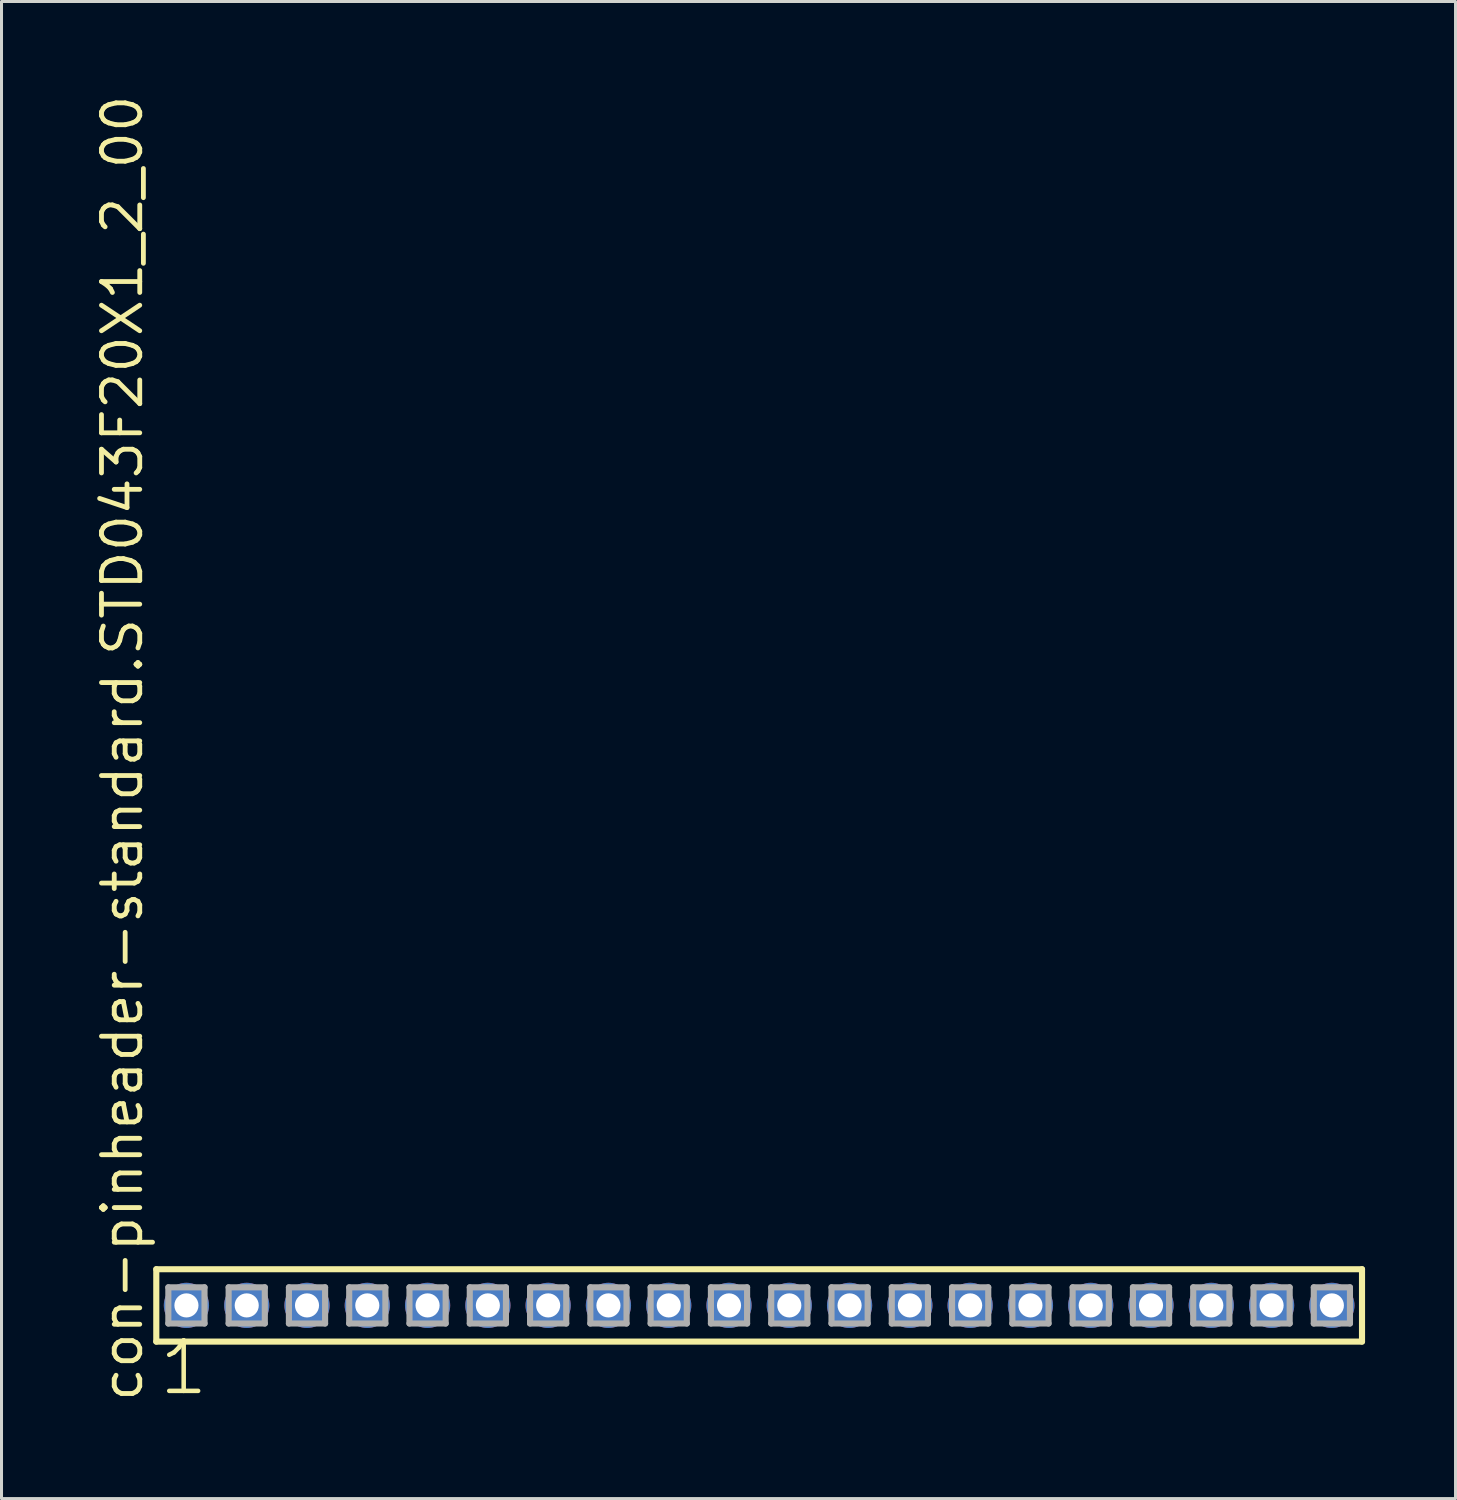
<source format=kicad_pcb>
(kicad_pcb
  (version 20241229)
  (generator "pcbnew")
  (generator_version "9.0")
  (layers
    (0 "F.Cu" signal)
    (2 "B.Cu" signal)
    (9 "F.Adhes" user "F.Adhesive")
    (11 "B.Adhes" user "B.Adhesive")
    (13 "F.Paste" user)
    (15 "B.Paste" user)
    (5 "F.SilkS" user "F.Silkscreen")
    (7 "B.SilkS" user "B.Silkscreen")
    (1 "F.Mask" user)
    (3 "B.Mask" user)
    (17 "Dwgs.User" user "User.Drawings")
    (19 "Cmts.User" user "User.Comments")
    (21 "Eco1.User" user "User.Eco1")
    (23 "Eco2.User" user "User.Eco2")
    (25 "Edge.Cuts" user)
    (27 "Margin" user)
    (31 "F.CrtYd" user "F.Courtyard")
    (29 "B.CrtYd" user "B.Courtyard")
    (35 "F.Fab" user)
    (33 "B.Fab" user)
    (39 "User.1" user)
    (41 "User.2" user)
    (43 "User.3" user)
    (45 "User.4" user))
  (footprint "con-pinheader-standard.STD043F20X1_2_00"
    (layer "F.Cu")
    (at 22.135 40.257)
    (property "Reference" "con-pinheader-standard.STD043F20X1_2_00" (at -20.385 3.27 90) (layer "F.SilkS") (effects (font (size 1.27 1.27) (thickness 0.16)) (justify left bottom)))
    (attr through_hole)
    (fp_line (start -20 -1.2) (end 20 -1.2) (stroke (width 0.203) (type default)) (layer "F.SilkS"))
    (fp_line (start -20 1.2) (end -20 -1.2) (stroke (width 0.203) (type default)) (layer "F.SilkS"))
    (fp_line (start 20 -1.2) (end 20 1.2) (stroke (width 0.203) (type default)) (layer "F.SilkS"))
    (fp_line (start 20 1.2) (end -20 1.2) (stroke (width 0.203) (type default)) (layer "F.SilkS"))
    (fp_line (start -19.6 -0.6) (end -18.4 -0.6) (stroke (width 0.203) (type default)) (layer "F.Fab"))
    (fp_line (start -19.6 0.6) (end -19.6 -0.6) (stroke (width 0.203) (type default)) (layer "F.Fab"))
    (fp_line (start -18.4 -0.6) (end -18.4 0.6) (stroke (width 0.203) (type default)) (layer "F.Fab"))
    (fp_line (start -18.4 0.6) (end -19.6 0.6) (stroke (width 0.203) (type default)) (layer "F.Fab"))
    (fp_line (start -17.6 -0.6) (end -16.4 -0.6) (stroke (width 0.203) (type default)) (layer "F.Fab"))
    (fp_line (start -17.6 0.6) (end -17.6 -0.6) (stroke (width 0.203) (type default)) (layer "F.Fab"))
    (fp_line (start -16.4 -0.6) (end -16.4 0.6) (stroke (width 0.203) (type default)) (layer "F.Fab"))
    (fp_line (start -16.4 0.6) (end -17.6 0.6) (stroke (width 0.203) (type default)) (layer "F.Fab"))
    (fp_line (start -15.6 -0.6) (end -14.4 -0.6) (stroke (width 0.203) (type default)) (layer "F.Fab"))
    (fp_line (start -15.6 0.6) (end -15.6 -0.6) (stroke (width 0.203) (type default)) (layer "F.Fab"))
    (fp_line (start -14.4 -0.6) (end -14.4 0.6) (stroke (width 0.203) (type default)) (layer "F.Fab"))
    (fp_line (start -14.4 0.6) (end -15.6 0.6) (stroke (width 0.203) (type default)) (layer "F.Fab"))
    (fp_line (start -13.6 -0.6) (end -12.4 -0.6) (stroke (width 0.203) (type default)) (layer "F.Fab"))
    (fp_line (start -13.6 0.6) (end -13.6 -0.6) (stroke (width 0.203) (type default)) (layer "F.Fab"))
    (fp_line (start -12.4 -0.6) (end -12.4 0.6) (stroke (width 0.203) (type default)) (layer "F.Fab"))
    (fp_line (start -12.4 0.6) (end -13.6 0.6) (stroke (width 0.203) (type default)) (layer "F.Fab"))
    (fp_line (start -11.6 -0.6) (end -10.4 -0.6) (stroke (width 0.203) (type default)) (layer "F.Fab"))
    (fp_line (start -11.6 0.6) (end -11.6 -0.6) (stroke (width 0.203) (type default)) (layer "F.Fab"))
    (fp_line (start -10.4 -0.6) (end -10.4 0.6) (stroke (width 0.203) (type default)) (layer "F.Fab"))
    (fp_line (start -10.4 0.6) (end -11.6 0.6) (stroke (width 0.203) (type default)) (layer "F.Fab"))
    (fp_line (start -9.6 -0.6) (end -8.4 -0.6) (stroke (width 0.203) (type default)) (layer "F.Fab"))
    (fp_line (start -9.6 0.6) (end -9.6 -0.6) (stroke (width 0.203) (type default)) (layer "F.Fab"))
    (fp_line (start -8.4 -0.6) (end -8.4 0.6) (stroke (width 0.203) (type default)) (layer "F.Fab"))
    (fp_line (start -8.4 0.6) (end -9.6 0.6) (stroke (width 0.203) (type default)) (layer "F.Fab"))
    (fp_line (start -7.6 -0.6) (end -6.4 -0.6) (stroke (width 0.203) (type default)) (layer "F.Fab"))
    (fp_line (start -7.6 0.6) (end -7.6 -0.6) (stroke (width 0.203) (type default)) (layer "F.Fab"))
    (fp_line (start -6.4 -0.6) (end -6.4 0.6) (stroke (width 0.203) (type default)) (layer "F.Fab"))
    (fp_line (start -6.4 0.6) (end -7.6 0.6) (stroke (width 0.203) (type default)) (layer "F.Fab"))
    (fp_line (start -5.6 -0.6) (end -4.4 -0.6) (stroke (width 0.203) (type default)) (layer "F.Fab"))
    (fp_line (start -5.6 0.6) (end -5.6 -0.6) (stroke (width 0.203) (type default)) (layer "F.Fab"))
    (fp_line (start -4.4 -0.6) (end -4.4 0.6) (stroke (width 0.203) (type default)) (layer "F.Fab"))
    (fp_line (start -4.4 0.6) (end -5.6 0.6) (stroke (width 0.203) (type default)) (layer "F.Fab"))
    (fp_line (start -3.6 -0.6) (end -2.4 -0.6) (stroke (width 0.203) (type default)) (layer "F.Fab"))
    (fp_line (start -3.6 0.6) (end -3.6 -0.6) (stroke (width 0.203) (type default)) (layer "F.Fab"))
    (fp_line (start -2.4 -0.6) (end -2.4 0.6) (stroke (width 0.203) (type default)) (layer "F.Fab"))
    (fp_line (start -2.4 0.6) (end -3.6 0.6) (stroke (width 0.203) (type default)) (layer "F.Fab"))
    (fp_line (start -1.6 -0.6) (end -0.4 -0.6) (stroke (width 0.203) (type default)) (layer "F.Fab"))
    (fp_line (start -1.6 0.6) (end -1.6 -0.6) (stroke (width 0.203) (type default)) (layer "F.Fab"))
    (fp_line (start -0.4 -0.6) (end -0.4 0.6) (stroke (width 0.203) (type default)) (layer "F.Fab"))
    (fp_line (start -0.4 0.6) (end -1.6 0.6) (stroke (width 0.203) (type default)) (layer "F.Fab"))
    (fp_line (start 0.4 -0.6) (end 1.6 -0.6) (stroke (width 0.203) (type default)) (layer "F.Fab"))
    (fp_line (start 0.4 0.6) (end 0.4 -0.6) (stroke (width 0.203) (type default)) (layer "F.Fab"))
    (fp_line (start 1.6 -0.6) (end 1.6 0.6) (stroke (width 0.203) (type default)) (layer "F.Fab"))
    (fp_line (start 1.6 0.6) (end 0.4 0.6) (stroke (width 0.203) (type default)) (layer "F.Fab"))
    (fp_line (start 2.4 -0.6) (end 3.6 -0.6) (stroke (width 0.203) (type default)) (layer "F.Fab"))
    (fp_line (start 2.4 0.6) (end 2.4 -0.6) (stroke (width 0.203) (type default)) (layer "F.Fab"))
    (fp_line (start 3.6 -0.6) (end 3.6 0.6) (stroke (width 0.203) (type default)) (layer "F.Fab"))
    (fp_line (start 3.6 0.6) (end 2.4 0.6) (stroke (width 0.203) (type default)) (layer "F.Fab"))
    (fp_line (start 4.4 -0.6) (end 5.6 -0.6) (stroke (width 0.203) (type default)) (layer "F.Fab"))
    (fp_line (start 4.4 0.6) (end 4.4 -0.6) (stroke (width 0.203) (type default)) (layer "F.Fab"))
    (fp_line (start 5.6 -0.6) (end 5.6 0.6) (stroke (width 0.203) (type default)) (layer "F.Fab"))
    (fp_line (start 5.6 0.6) (end 4.4 0.6) (stroke (width 0.203) (type default)) (layer "F.Fab"))
    (fp_line (start 6.4 -0.6) (end 7.6 -0.6) (stroke (width 0.203) (type default)) (layer "F.Fab"))
    (fp_line (start 6.4 0.6) (end 6.4 -0.6) (stroke (width 0.203) (type default)) (layer "F.Fab"))
    (fp_line (start 7.6 -0.6) (end 7.6 0.6) (stroke (width 0.203) (type default)) (layer "F.Fab"))
    (fp_line (start 7.6 0.6) (end 6.4 0.6) (stroke (width 0.203) (type default)) (layer "F.Fab"))
    (fp_line (start 8.4 -0.6) (end 9.6 -0.6) (stroke (width 0.203) (type default)) (layer "F.Fab"))
    (fp_line (start 8.4 0.6) (end 8.4 -0.6) (stroke (width 0.203) (type default)) (layer "F.Fab"))
    (fp_line (start 9.6 -0.6) (end 9.6 0.6) (stroke (width 0.203) (type default)) (layer "F.Fab"))
    (fp_line (start 9.6 0.6) (end 8.4 0.6) (stroke (width 0.203) (type default)) (layer "F.Fab"))
    (fp_line (start 10.4 -0.6) (end 11.6 -0.6) (stroke (width 0.203) (type default)) (layer "F.Fab"))
    (fp_line (start 10.4 0.6) (end 10.4 -0.6) (stroke (width 0.203) (type default)) (layer "F.Fab"))
    (fp_line (start 11.6 -0.6) (end 11.6 0.6) (stroke (width 0.203) (type default)) (layer "F.Fab"))
    (fp_line (start 11.6 0.6) (end 10.4 0.6) (stroke (width 0.203) (type default)) (layer "F.Fab"))
    (fp_line (start 12.4 -0.6) (end 13.6 -0.6) (stroke (width 0.203) (type default)) (layer "F.Fab"))
    (fp_line (start 12.4 0.6) (end 12.4 -0.6) (stroke (width 0.203) (type default)) (layer "F.Fab"))
    (fp_line (start 13.6 -0.6) (end 13.6 0.6) (stroke (width 0.203) (type default)) (layer "F.Fab"))
    (fp_line (start 13.6 0.6) (end 12.4 0.6) (stroke (width 0.203) (type default)) (layer "F.Fab"))
    (fp_line (start 14.4 -0.6) (end 15.6 -0.6) (stroke (width 0.203) (type default)) (layer "F.Fab"))
    (fp_line (start 14.4 0.6) (end 14.4 -0.6) (stroke (width 0.203) (type default)) (layer "F.Fab"))
    (fp_line (start 15.6 -0.6) (end 15.6 0.6) (stroke (width 0.203) (type default)) (layer "F.Fab"))
    (fp_line (start 15.6 0.6) (end 14.4 0.6) (stroke (width 0.203) (type default)) (layer "F.Fab"))
    (fp_line (start 16.4 -0.6) (end 17.6 -0.6) (stroke (width 0.203) (type default)) (layer "F.Fab"))
    (fp_line (start 16.4 0.6) (end 16.4 -0.6) (stroke (width 0.203) (type default)) (layer "F.Fab"))
    (fp_line (start 17.6 -0.6) (end 17.6 0.6) (stroke (width 0.203) (type default)) (layer "F.Fab"))
    (fp_line (start 17.6 0.6) (end 16.4 0.6) (stroke (width 0.203) (type default)) (layer "F.Fab"))
    (fp_line (start 18.4 -0.6) (end 19.6 -0.6) (stroke (width 0.203) (type default)) (layer "F.Fab"))
    (fp_line (start 18.4 0.6) (end 18.4 -0.6) (stroke (width 0.203) (type default)) (layer "F.Fab"))
    (fp_line (start 19.6 -0.6) (end 19.6 0.6) (stroke (width 0.203) (type default)) (layer "F.Fab"))
    (fp_line (start 19.6 0.6) (end 18.4 0.6) (stroke (width 0.203) (type default)) (layer "F.Fab"))
    (fp_text user "1" (at -19.988 3.048 0) (layer "F.SilkS") (effects (font (size 1.676 1.676) (thickness 0.15)) (justify left bottom)))
    (pad "1" thru_hole circle (at -19 0) (size 1.5 1.5) (drill 0.8) (layers "*.Cu" "*.Mask"))
    (pad "2" thru_hole circle (at -17 0) (size 1.5 1.5) (drill 0.8) (layers "*.Cu" "*.Mask"))
    (pad "3" thru_hole circle (at -15 0) (size 1.5 1.5) (drill 0.8) (layers "*.Cu" "*.Mask"))
    (pad "4" thru_hole circle (at -13 0) (size 1.5 1.5) (drill 0.8) (layers "*.Cu" "*.Mask"))
    (pad "5" thru_hole circle (at -11 0) (size 1.5 1.5) (drill 0.8) (layers "*.Cu" "*.Mask"))
    (pad "6" thru_hole circle (at -9 0) (size 1.5 1.5) (drill 0.8) (layers "*.Cu" "*.Mask"))
    (pad "7" thru_hole circle (at -7 0) (size 1.5 1.5) (drill 0.8) (layers "*.Cu" "*.Mask"))
    (pad "8" thru_hole circle (at -5 0) (size 1.5 1.5) (drill 0.8) (layers "*.Cu" "*.Mask"))
    (pad "9" thru_hole circle (at -3 0) (size 1.5 1.5) (drill 0.8) (layers "*.Cu" "*.Mask"))
    (pad "10" thru_hole circle (at -1 0) (size 1.5 1.5) (drill 0.8) (layers "*.Cu" "*.Mask"))
    (pad "11" thru_hole circle (at 1 0) (size 1.5 1.5) (drill 0.8) (layers "*.Cu" "*.Mask"))
    (pad "12" thru_hole circle (at 3 0) (size 1.5 1.5) (drill 0.8) (layers "*.Cu" "*.Mask"))
    (pad "13" thru_hole circle (at 5 0) (size 1.5 1.5) (drill 0.8) (layers "*.Cu" "*.Mask"))
    (pad "14" thru_hole circle (at 7 0) (size 1.5 1.5) (drill 0.8) (layers "*.Cu" "*.Mask"))
    (pad "15" thru_hole circle (at 9 0) (size 1.5 1.5) (drill 0.8) (layers "*.Cu" "*.Mask"))
    (pad "16" thru_hole circle (at 11 0) (size 1.5 1.5) (drill 0.8) (layers "*.Cu" "*.Mask"))
    (pad "17" thru_hole circle (at 13 0) (size 1.5 1.5) (drill 0.8) (layers "*.Cu" "*.Mask"))
    (pad "18" thru_hole circle (at 15 0) (size 1.5 1.5) (drill 0.8) (layers "*.Cu" "*.Mask"))
    (pad "19" thru_hole circle (at 17 0) (size 1.5 1.5) (drill 0.8) (layers "*.Cu" "*.Mask"))
    (pad "20" thru_hole circle (at 19 0) (size 1.5 1.5) (drill 0.8) (layers "*.Cu" "*.Mask")))
  (gr_rect
    (start -3 -3)
    (end 45.237 46.666)
    (stroke (width 0.1) (type default))
    (fill no)
    (layer "Edge.Cuts")))
</source>
